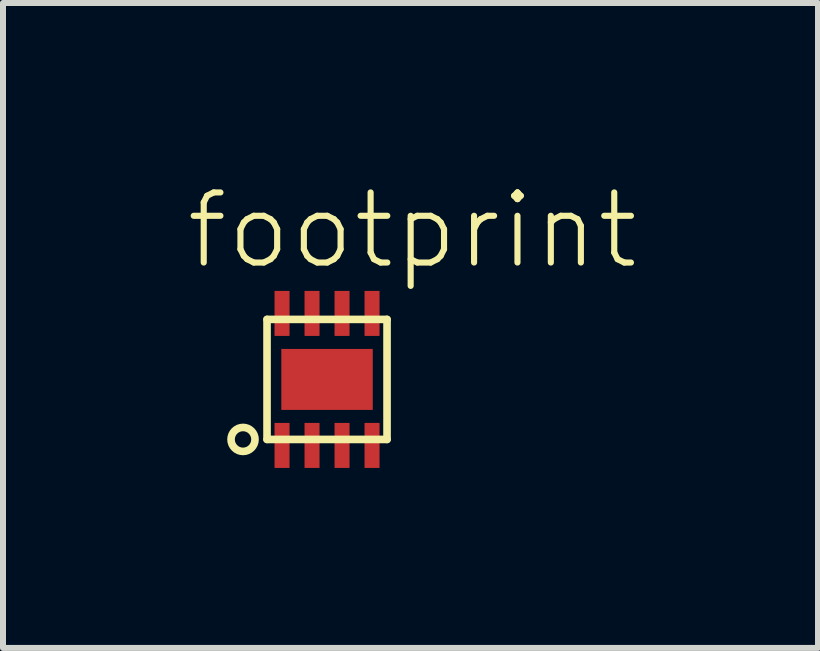
<source format=kicad_pcb>
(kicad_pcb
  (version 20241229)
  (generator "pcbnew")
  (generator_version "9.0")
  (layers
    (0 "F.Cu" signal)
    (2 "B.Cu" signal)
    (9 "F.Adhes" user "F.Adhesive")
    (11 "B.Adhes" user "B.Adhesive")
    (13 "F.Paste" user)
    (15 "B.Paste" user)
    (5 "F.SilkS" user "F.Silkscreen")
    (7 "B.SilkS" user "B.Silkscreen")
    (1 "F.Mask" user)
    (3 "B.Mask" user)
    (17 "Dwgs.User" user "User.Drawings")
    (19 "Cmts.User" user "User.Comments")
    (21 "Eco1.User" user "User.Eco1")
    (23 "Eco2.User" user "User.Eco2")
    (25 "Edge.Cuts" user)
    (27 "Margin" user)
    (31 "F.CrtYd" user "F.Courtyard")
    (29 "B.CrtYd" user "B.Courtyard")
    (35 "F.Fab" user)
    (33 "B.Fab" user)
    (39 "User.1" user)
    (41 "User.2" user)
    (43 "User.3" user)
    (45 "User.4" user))
  (footprint "footprint"
    (layer "F.Cu")
    (at 2.4 3.273)
    (property "Reference" "footprint" (at -2.4 -1.8 0) (layer "F.SilkS") (effects (font (size 1.168 1.168) (thickness 0.102)) (justify left bottom)))
    (fp_poly (pts (xy 0.749 0.495) (xy -0.749 0.495) (xy -0.749 -0.495) (xy 0.749 -0.495)) (stroke (width 0) (type solid)) (fill yes) (layer "F.Mask"))
    (fp_line (start -1 -1) (end 1 -1) (stroke (width 0.127) (type solid)) (layer "F.SilkS"))
    (fp_line (start -1 1) (end -1 -1) (stroke (width 0.127) (type solid)) (layer "F.SilkS"))
    (fp_line (start 1 -1) (end 1 1) (stroke (width 0.127) (type solid)) (layer "F.SilkS"))
    (fp_line (start 1 1) (end -1 1) (stroke (width 0.127) (type solid)) (layer "F.SilkS"))
    (fp_circle (center -1.4 1) (end -1.2 1) (stroke (width 0.127) (type solid)) (fill no) (layer "F.SilkS"))
    (fp_poly (pts (xy -0.216 -0.14) (xy -0.749 -0.14) (xy -0.749 -0.495) (xy -0.216 -0.495)) (stroke (width 0) (type solid)) (fill yes) (layer "F.Paste"))
    (fp_poly (pts (xy -0.216 0.495) (xy -0.749 0.495) (xy -0.749 0.14) (xy -0.216 0.14)) (stroke (width 0) (type solid)) (fill yes) (layer "F.Paste"))
    (fp_poly (pts (xy 0.749 -0.14) (xy 0.216 -0.14) (xy 0.216 -0.495) (xy 0.749 -0.495)) (stroke (width 0) (type solid)) (fill yes) (layer "F.Paste"))
    (fp_poly (pts (xy 0.749 0.495) (xy 0.216 0.495) (xy 0.216 0.165) (xy 0.749 0.165)) (stroke (width 0) (type solid)) (fill yes) (layer "F.Paste"))
    (pad "1" smd rect (at -0.75 1.1 90) (size 0.75 0.25) (layers "F.Cu" "F.Mask" "F.Paste"))
    (pad "2" smd rect (at -0.25 1.1 90) (size 0.75 0.25) (layers "F.Cu" "F.Mask" "F.Paste"))
    (pad "3" smd rect (at 0.25 1.1 90) (size 0.75 0.25) (layers "F.Cu" "F.Mask" "F.Paste"))
    (pad "4" smd rect (at 0.75 1.1 90) (size 0.75 0.25) (layers "F.Cu" "F.Mask" "F.Paste"))
    (pad "5" smd rect (at 0.75 -1.1 90) (size 0.75 0.25) (layers "F.Cu" "F.Mask" "F.Paste"))
    (pad "6" smd rect (at 0.25 -1.1 90) (size 0.75 0.25) (layers "F.Cu" "F.Mask" "F.Paste"))
    (pad "7" smd rect (at -0.25 -1.1 90) (size 0.75 0.25) (layers "F.Cu" "F.Mask" "F.Paste"))
    (pad "8" smd rect (at -0.75 -1.1 90) (size 0.75 0.25) (layers "F.Cu" "F.Mask" "F.Paste"))
    (pad "THERM" smd rect (at 0 0) (size 1.524 1.016) (layers "F.Cu")))
  (gr_rect
    (start -3 -3)
    (end 10.582 7.748)
    (stroke (width 0.1) (type default))
    (fill no)
    (layer "Edge.Cuts")))
</source>
